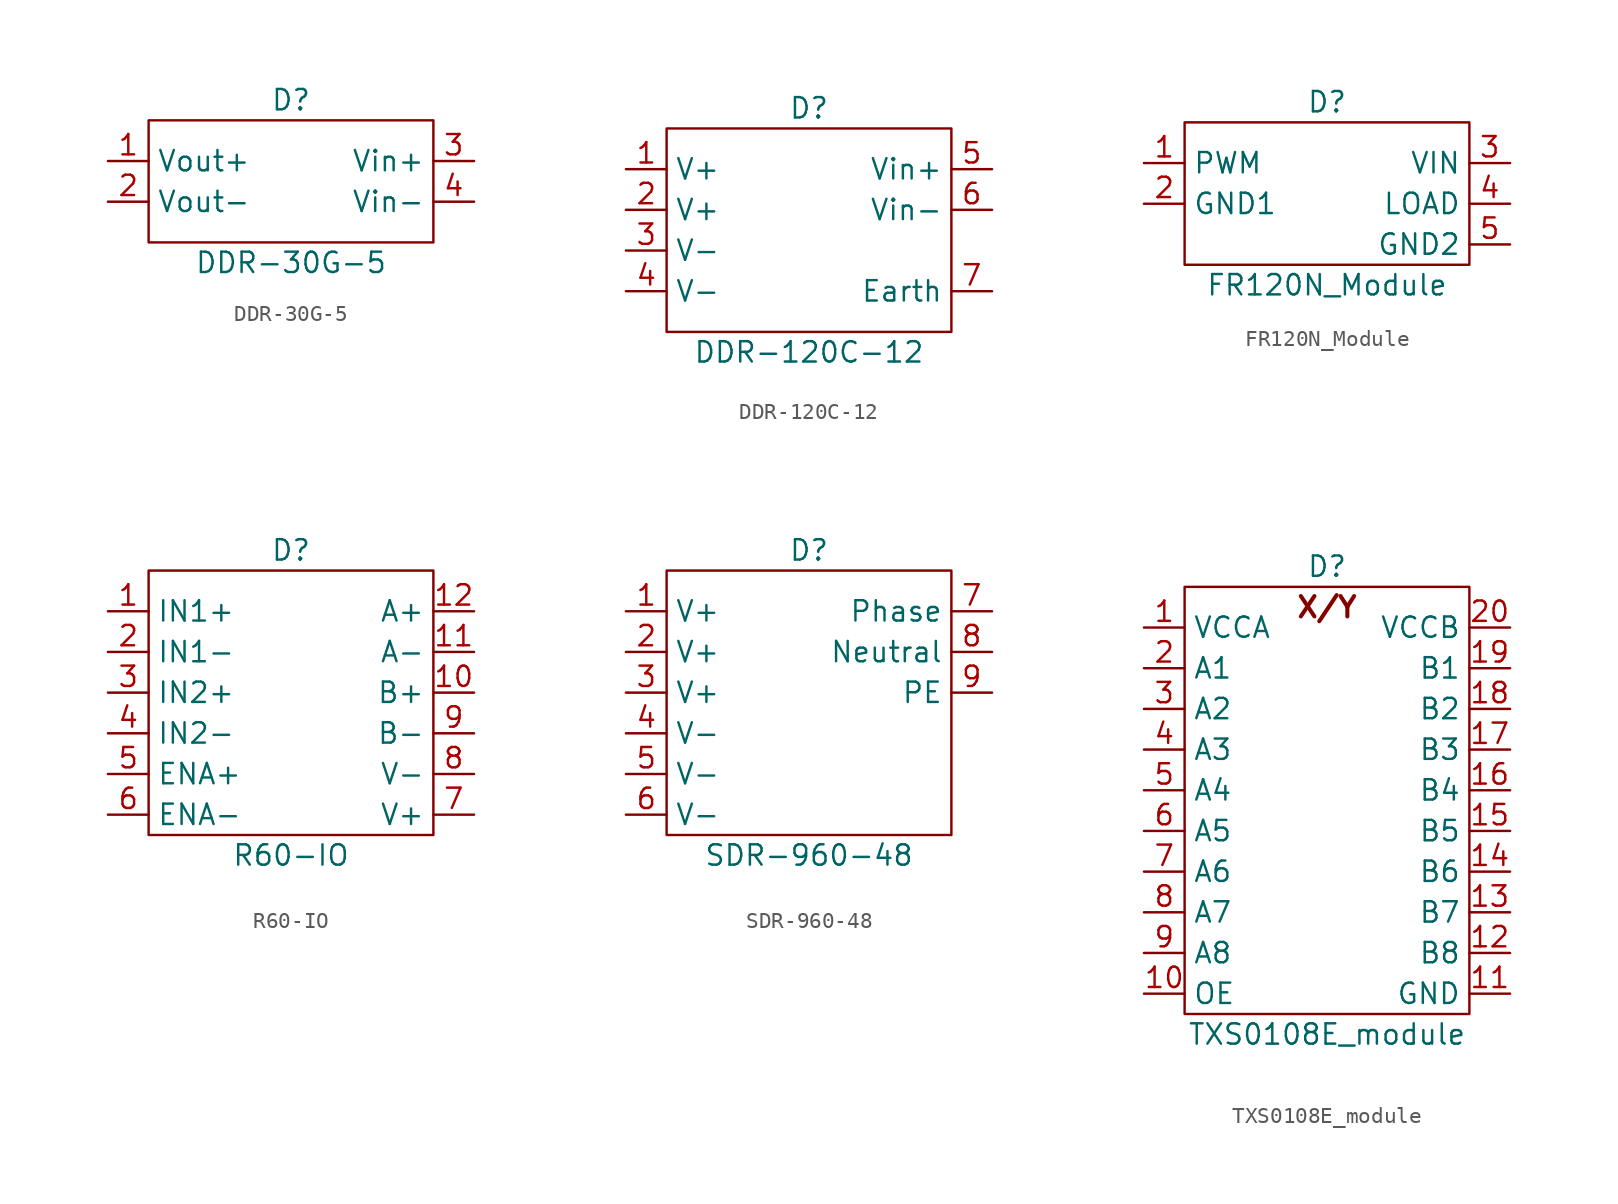
<source format=kicad_sym>
(kicad_symbol_lib
  (version 20211014)
  (generator kicad_symbol_editor)
  (symbol "DDR-30G-5"
    (property "Reference" "D"
      (at 0 1.27 0)
      (effects (font (size 1.27 1.27))))
    (property "Value" "DDR-30G-5"
      (at 0 -8.89 0)
      (effects (font (size 1.27 1.27))))
    (symbol "DDR-30G-5_0_1"
      (rectangle (start -8.89 0) (end 8.89 -7.62) (stroke (width 0) (type default) (color 0 0 0 0)) (fill (type none))))
    (symbol "DDR-30G-5_1_1"
      (pin power_out line (at -11.43 -2.54 0) (length 2.54) (name "Vout+" (effects (font (size 1.27 1.27)))) (number "1" (effects (font (size 1.27 1.27)))))
      (pin power_out line (at -11.43 -5.08 0) (length 2.54) (name "Vout-" (effects (font (size 1.27 1.27)))) (number "2" (effects (font (size 1.27 1.27)))))
      (pin power_in line (at 11.43 -2.54 180) (length 2.54) (name "Vin+" (effects (font (size 1.27 1.27)))) (number "3" (effects (font (size 1.27 1.27)))))
      (pin power_in line (at 11.43 -5.08 180) (length 2.54) (name "Vin-" (effects (font (size 1.27 1.27)))) (number "4" (effects (font (size 1.27 1.27)))))))
  (symbol "DDR-120C-12"
    (property "Reference" "D"
      (at 0 1.27 0)
      (effects (font (size 1.27 1.27))))
    (property "Value" "DDR-120C-12"
      (at 0 -13.97 0)
      (effects (font (size 1.27 1.27))))
    (symbol "DDR-120C-12_0_1"
      (rectangle (start -8.89 0) (end 8.89 -12.7) (stroke (width 0) (type default) (color 0 0 0 0)) (fill (type none))))
    (symbol "DDR-120C-12_1_1"
      (pin power_out line (at -11.43 -2.54 0) (length 2.54) (name "V+" (effects (font (size 1.27 1.27)))) (number "1" (effects (font (size 1.27 1.27)))))
      (pin power_out line (at -11.43 -5.08 0) (length 2.54) (name "V+" (effects (font (size 1.27 1.27)))) (number "2" (effects (font (size 1.27 1.27)))))
      (pin power_out line (at -11.43 -7.62 0) (length 2.54) (name "V-" (effects (font (size 1.27 1.27)))) (number "3" (effects (font (size 1.27 1.27)))))
      (pin power_out line (at -11.43 -10.16 0) (length 2.54) (name "V-" (effects (font (size 1.27 1.27)))) (number "4" (effects (font (size 1.27 1.27)))))
      (pin power_in line (at 11.43 -2.54 180) (length 2.54) (name "Vin+" (effects (font (size 1.27 1.27)))) (number "5" (effects (font (size 1.27 1.27)))))
      (pin power_in line (at 11.43 -5.08 180) (length 2.54) (name "Vin-" (effects (font (size 1.27 1.27)))) (number "6" (effects (font (size 1.27 1.27)))))
      (pin power_in line (at 11.43 -10.16 180) (length 2.54) (name "Earth" (effects (font (size 1.27 1.27)))) (number "7" (effects (font (size 1.27 1.27)))))))
  (symbol "FR120N_Module"
    (property "Reference" "D"
      (at 0 1.27 0)
      (effects (font (size 1.27 1.27))))
    (property "Value" "FR120N_Module"
      (at 0 -10.16 0)
      (effects (font (size 1.27 1.27))))
    (symbol "FR120N_Module_0_1"
      (rectangle (start -8.89 0) (end 8.89 -8.89) (stroke (width 0) (type default) (color 0 0 0 0)) (fill (type none))))
    (symbol "FR120N_Module_1_1"
      (pin input line (at -11.43 -2.54 0) (length 2.54) (name "PWM" (effects (font (size 1.27 1.27)))) (number "1" (effects (font (size 1.27 1.27)))))
      (pin input line (at -11.43 -5.08 0) (length 2.54) (name "GND1" (effects (font (size 1.27 1.27)))) (number "2" (effects (font (size 1.27 1.27)))))
      (pin input line (at 11.43 -2.54 180) (length 2.54) (name "VIN" (effects (font (size 1.27 1.27)))) (number "3" (effects (font (size 1.27 1.27)))))
      (pin input line (at 11.43 -5.08 180) (length 2.54) (name "LOAD" (effects (font (size 1.27 1.27)))) (number "4" (effects (font (size 1.27 1.27)))))
      (pin input line (at 11.43 -7.62 180) (length 2.54) (name "GND2" (effects (font (size 1.27 1.27)))) (number "5" (effects (font (size 1.27 1.27)))))))
  (symbol "R60-IO"
    (property "Reference" "D"
      (at 0 1.27 0)
      (effects (font (size 1.27 1.27))))
    (property "Value" "R60-IO"
      (at 0 -17.78 0)
      (effects (font (size 1.27 1.27))))
    (symbol "R60-IO_0_1"
      (rectangle (start -8.89 0) (end 8.89 -16.51) (stroke (width 0) (type default) (color 0 0 0 0)) (fill (type none))))
    (symbol "R60-IO_1_1"
      (pin input line (at -11.43 -2.54 0) (length 2.54) (name "IN1+" (effects (font (size 1.27 1.27)))) (number "1" (effects (font (size 1.27 1.27)))))
      (pin bidirectional line (at 11.43 -7.62 180) (length 2.54) (name "B+" (effects (font (size 1.27 1.27)))) (number "10" (effects (font (size 1.27 1.27)))))
      (pin bidirectional line (at 11.43 -5.08 180) (length 2.54) (name "A-" (effects (font (size 1.27 1.27)))) (number "11" (effects (font (size 1.27 1.27)))))
      (pin bidirectional line (at 11.43 -2.54 180) (length 2.54) (name "A+" (effects (font (size 1.27 1.27)))) (number "12" (effects (font (size 1.27 1.27)))))
      (pin input line (at -11.43 -5.08 0) (length 2.54) (name "IN1-" (effects (font (size 1.27 1.27)))) (number "2" (effects (font (size 1.27 1.27)))))
      (pin input line (at -11.43 -7.62 0) (length 2.54) (name "IN2+" (effects (font (size 1.27 1.27)))) (number "3" (effects (font (size 1.27 1.27)))))
      (pin input line (at -11.43 -10.16 0) (length 2.54) (name "IN2-" (effects (font (size 1.27 1.27)))) (number "4" (effects (font (size 1.27 1.27)))))
      (pin input line (at -11.43 -12.7 0) (length 2.54) (name "ENA+" (effects (font (size 1.27 1.27)))) (number "5" (effects (font (size 1.27 1.27)))))
      (pin input line (at -11.43 -15.24 0) (length 2.54) (name "ENA-" (effects (font (size 1.27 1.27)))) (number "6" (effects (font (size 1.27 1.27)))))
      (pin power_in line (at 11.43 -15.24 180) (length 2.54) (name "V+" (effects (font (size 1.27 1.27)))) (number "7" (effects (font (size 1.27 1.27)))))
      (pin power_out line (at 11.43 -12.7 180) (length 2.54) (name "V-" (effects (font (size 1.27 1.27)))) (number "8" (effects (font (size 1.27 1.27)))))
      (pin bidirectional line (at 11.43 -10.16 180) (length 2.54) (name "B-" (effects (font (size 1.27 1.27)))) (number "9" (effects (font (size 1.27 1.27)))))))
  (symbol "SDR-960-48"
    (property "Reference" "D"
      (at 0 1.27 0)
      (effects (font (size 1.27 1.27))))
    (property "Value" "SDR-960-48"
      (at 0 -17.78 0)
      (effects (font (size 1.27 1.27))))
    (symbol "SDR-960-48_0_1"
      (rectangle (start -8.89 0) (end 8.89 -16.51) (stroke (width 0) (type default) (color 0 0 0 0)) (fill (type none))))
    (symbol "SDR-960-48_1_1"
      (pin power_out line (at -11.43 -2.54 0) (length 2.54) (name "V+" (effects (font (size 1.27 1.27)))) (number "1" (effects (font (size 1.27 1.27)))))
      (pin power_out line (at -11.43 -5.08 0) (length 2.54) (name "V+" (effects (font (size 1.27 1.27)))) (number "2" (effects (font (size 1.27 1.27)))))
      (pin power_out line (at -11.43 -7.62 0) (length 2.54) (name "V+" (effects (font (size 1.27 1.27)))) (number "3" (effects (font (size 1.27 1.27)))))
      (pin power_out line (at -11.43 -10.16 0) (length 2.54) (name "V-" (effects (font (size 1.27 1.27)))) (number "4" (effects (font (size 1.27 1.27)))))
      (pin power_out line (at -11.43 -12.7 0) (length 2.54) (name "V-" (effects (font (size 1.27 1.27)))) (number "5" (effects (font (size 1.27 1.27)))))
      (pin power_out line (at -11.43 -15.24 0) (length 2.54) (name "V-" (effects (font (size 1.27 1.27)))) (number "6" (effects (font (size 1.27 1.27)))))
      (pin power_in line (at 11.43 -2.54 180) (length 2.54) (name "Phase" (effects (font (size 1.27 1.27)))) (number "7" (effects (font (size 1.27 1.27)))))
      (pin power_in line (at 11.43 -5.08 180) (length 2.54) (name "Neutral" (effects (font (size 1.27 1.27)))) (number "8" (effects (font (size 1.27 1.27)))))
      (pin power_in line (at 11.43 -7.62 180) (length 2.54) (name "PE" (effects (font (size 1.27 1.27)))) (number "9" (effects (font (size 1.27 1.27)))))))
  (symbol "TXS0108E_module"
    (property "Reference" "D"
      (at 0 1.27 0)
      (effects (font (size 1.27 1.27))))
    (property "Value" "TXS0108E_module"
      (at 0 -27.94 0)
      (effects (font (size 1.27 1.27))))
    (symbol "TXS0108E_module_0_0"
      (text "X/Y" (at 0 -1.27 0) (effects (font (size 1.27 1.27) bold))))
    (symbol "TXS0108E_module_0_1"
      (rectangle (start -8.89 0) (end 8.89 -26.67) (stroke (width 0) (type default) (color 0 0 0 0)) (fill (type none))))
    (symbol "TXS0108E_module_1_1"
      (pin power_in line (at -11.43 -2.54 0) (length 2.54) (name "VCCA" (effects (font (size 1.27 1.27)))) (number "1" (effects (font (size 1.27 1.27)))))
      (pin input line (at -11.43 -25.4 0) (length 2.54) (name "OE" (effects (font (size 1.27 1.27)))) (number "10" (effects (font (size 1.27 1.27)))))
      (pin power_out line (at 11.43 -25.4 180) (length 2.54) (name "GND" (effects (font (size 1.27 1.27)))) (number "11" (effects (font (size 1.27 1.27)))))
      (pin bidirectional line (at 11.43 -22.86 180) (length 2.54) (name "B8" (effects (font (size 1.27 1.27)))) (number "12" (effects (font (size 1.27 1.27)))))
      (pin bidirectional line (at 11.43 -20.32 180) (length 2.54) (name "B7" (effects (font (size 1.27 1.27)))) (number "13" (effects (font (size 1.27 1.27)))))
      (pin bidirectional line (at 11.43 -17.78 180) (length 2.54) (name "B6" (effects (font (size 1.27 1.27)))) (number "14" (effects (font (size 1.27 1.27)))))
      (pin bidirectional line (at 11.43 -15.24 180) (length 2.54) (name "B5" (effects (font (size 1.27 1.27)))) (number "15" (effects (font (size 1.27 1.27)))))
      (pin bidirectional line (at 11.43 -12.7 180) (length 2.54) (name "B4" (effects (font (size 1.27 1.27)))) (number "16" (effects (font (size 1.27 1.27)))))
      (pin bidirectional line (at 11.43 -10.16 180) (length 2.54) (name "B3" (effects (font (size 1.27 1.27)))) (number "17" (effects (font (size 1.27 1.27)))))
      (pin bidirectional line (at 11.43 -7.62 180) (length 2.54) (name "B2" (effects (font (size 1.27 1.27)))) (number "18" (effects (font (size 1.27 1.27)))))
      (pin bidirectional line (at 11.43 -5.08 180) (length 2.54) (name "B1" (effects (font (size 1.27 1.27)))) (number "19" (effects (font (size 1.27 1.27)))))
      (pin bidirectional line (at -11.43 -5.08 0) (length 2.54) (name "A1" (effects (font (size 1.27 1.27)))) (number "2" (effects (font (size 1.27 1.27)))))
      (pin power_in line (at 11.43 -2.54 180) (length 2.54) (name "VCCB" (effects (font (size 1.27 1.27)))) (number "20" (effects (font (size 1.27 1.27)))))
      (pin bidirectional line (at -11.43 -7.62 0) (length 2.54) (name "A2" (effects (font (size 1.27 1.27)))) (number "3" (effects (font (size 1.27 1.27)))))
      (pin bidirectional line (at -11.43 -10.16 0) (length 2.54) (name "A3" (effects (font (size 1.27 1.27)))) (number "4" (effects (font (size 1.27 1.27)))))
      (pin bidirectional line (at -11.43 -12.7 0) (length 2.54) (name "A4" (effects (font (size 1.27 1.27)))) (number "5" (effects (font (size 1.27 1.27)))))
      (pin bidirectional line (at -11.43 -15.24 0) (length 2.54) (name "A5" (effects (font (size 1.27 1.27)))) (number "6" (effects (font (size 1.27 1.27)))))
      (pin bidirectional line (at -11.43 -17.78 0) (length 2.54) (name "A6" (effects (font (size 1.27 1.27)))) (number "7" (effects (font (size 1.27 1.27)))))
      (pin bidirectional line (at -11.43 -20.32 0) (length 2.54) (name "A7" (effects (font (size 1.27 1.27)))) (number "8" (effects (font (size 1.27 1.27)))))
      (pin bidirectional line (at -11.43 -22.86 0) (length 2.54) (name "A8" (effects (font (size 1.27 1.27)))) (number "9" (effects (font (size 1.27 1.27))))))))
</source>
